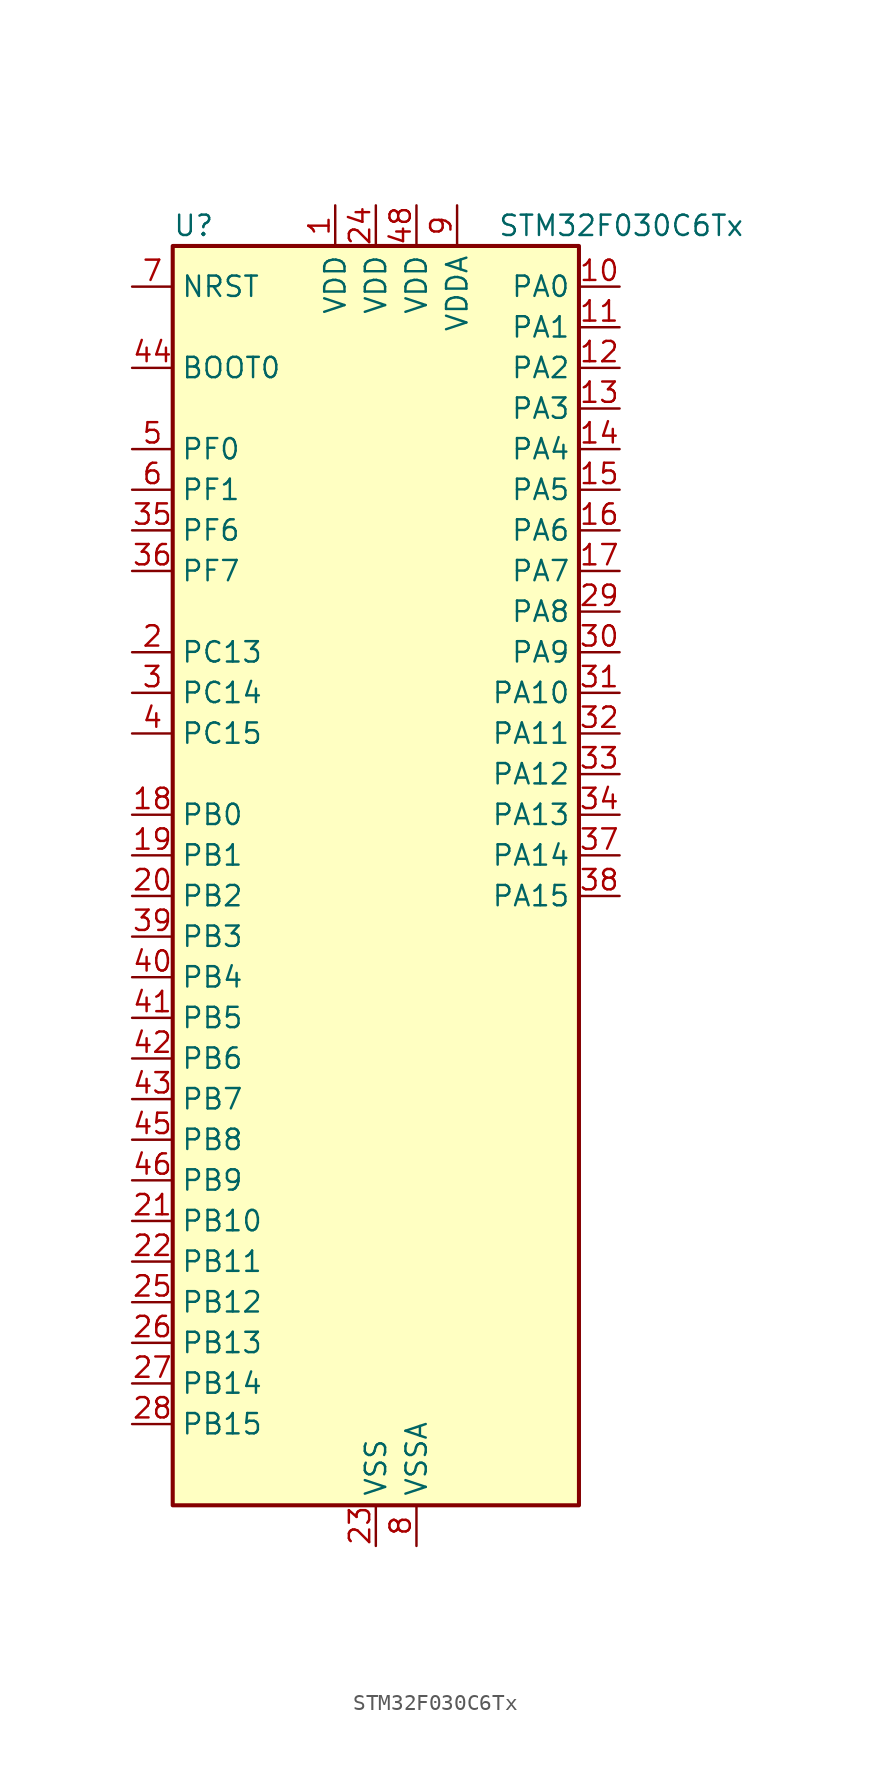
<source format=kicad_sym>
(kicad_symbol_lib
  (version 20231120)
  (generator "kicad_symbol_editor")
  (generator_version "8.0")
  (symbol "STM32F030C6Tx"
    (property "Reference" "U"
      (at -12.7 41.91 0)
      (effects (font (size 1.27 1.27)) (justify left)))
    (property "Value" "STM32F030C6Tx"
      (at 7.62 41.91 0)
      (effects (font (size 1.27 1.27)) (justify left)))
    (property "ki_locked" ""
      (at 0 0 0)
      (effects (font (size 1.27 1.27))))
    (symbol "STM32F030C6Tx_0_1"
      (rectangle (start -12.7 -38.1) (end 12.7 40.64) (stroke (width 0.254) (type default)) (fill (type background))))
    (symbol "STM32F030C6Tx_1_1"
      (pin power_in line (at -2.54 43.18 270) (length 2.54) (name "VDD" (effects (font (size 1.27 1.27)))) (number "1" (effects (font (size 1.27 1.27)))))
      (pin bidirectional line (at 15.24 38.1 180) (length 2.54) (name "PA0" (effects (font (size 1.27 1.27)))) (number "10" (effects (font (size 1.27 1.27)))) (alternate "ADC_IN0" bidirectional line) (alternate "RTC_TAMP2" bidirectional line) (alternate "SYS_WKUP1" bidirectional line) (alternate "USART1_CTS" bidirectional line))
      (pin bidirectional line (at 15.24 35.56 180) (length 2.54) (name "PA1" (effects (font (size 1.27 1.27)))) (number "11" (effects (font (size 1.27 1.27)))) (alternate "ADC_IN1" bidirectional line) (alternate "USART1_DE" bidirectional line) (alternate "USART1_RTS" bidirectional line))
      (pin bidirectional line (at 15.24 33.02 180) (length 2.54) (name "PA2" (effects (font (size 1.27 1.27)))) (number "12" (effects (font (size 1.27 1.27)))) (alternate "ADC_IN2" bidirectional line) (alternate "USART1_TX" bidirectional line))
      (pin bidirectional line (at 15.24 30.48 180) (length 2.54) (name "PA3" (effects (font (size 1.27 1.27)))) (number "13" (effects (font (size 1.27 1.27)))) (alternate "ADC_IN3" bidirectional line) (alternate "USART1_RX" bidirectional line))
      (pin bidirectional line (at 15.24 27.94 180) (length 2.54) (name "PA4" (effects (font (size 1.27 1.27)))) (number "14" (effects (font (size 1.27 1.27)))) (alternate "ADC_IN4" bidirectional line) (alternate "SPI1_NSS" bidirectional line) (alternate "TIM14_CH1" bidirectional line) (alternate "USART1_CK" bidirectional line))
      (pin bidirectional line (at 15.24 25.4 180) (length 2.54) (name "PA5" (effects (font (size 1.27 1.27)))) (number "15" (effects (font (size 1.27 1.27)))) (alternate "ADC_IN5" bidirectional line) (alternate "SPI1_SCK" bidirectional line))
      (pin bidirectional line (at 15.24 22.86 180) (length 2.54) (name "PA6" (effects (font (size 1.27 1.27)))) (number "16" (effects (font (size 1.27 1.27)))) (alternate "ADC_IN6" bidirectional line) (alternate "SPI1_MISO" bidirectional line) (alternate "TIM16_CH1" bidirectional line) (alternate "TIM1_BKIN" bidirectional line) (alternate "TIM3_CH1" bidirectional line))
      (pin bidirectional line (at 15.24 20.32 180) (length 2.54) (name "PA7" (effects (font (size 1.27 1.27)))) (number "17" (effects (font (size 1.27 1.27)))) (alternate "ADC_IN7" bidirectional line) (alternate "SPI1_MOSI" bidirectional line) (alternate "TIM14_CH1" bidirectional line) (alternate "TIM17_CH1" bidirectional line) (alternate "TIM1_CH1N" bidirectional line) (alternate "TIM3_CH2" bidirectional line))
      (pin bidirectional line (at -15.24 5.08 0) (length 2.54) (name "PB0" (effects (font (size 1.27 1.27)))) (number "18" (effects (font (size 1.27 1.27)))) (alternate "ADC_IN8" bidirectional line) (alternate "TIM1_CH2N" bidirectional line) (alternate "TIM3_CH3" bidirectional line))
      (pin bidirectional line (at -15.24 2.54 0) (length 2.54) (name "PB1" (effects (font (size 1.27 1.27)))) (number "19" (effects (font (size 1.27 1.27)))) (alternate "ADC_IN9" bidirectional line) (alternate "TIM14_CH1" bidirectional line) (alternate "TIM1_CH3N" bidirectional line) (alternate "TIM3_CH4" bidirectional line))
      (pin bidirectional line (at -15.24 15.24 0) (length 2.54) (name "PC13" (effects (font (size 1.27 1.27)))) (number "2" (effects (font (size 1.27 1.27)))) (alternate "RTC_OUT_ALARM" bidirectional line) (alternate "RTC_OUT_CALIB" bidirectional line) (alternate "RTC_TAMP1" bidirectional line) (alternate "RTC_TS" bidirectional line) (alternate "SYS_WKUP2" bidirectional line))
      (pin bidirectional line (at -15.24 0 0) (length 2.54) (name "PB2" (effects (font (size 1.27 1.27)))) (number "20" (effects (font (size 1.27 1.27)))))
      (pin bidirectional line (at -15.24 -20.32 0) (length 2.54) (name "PB10" (effects (font (size 1.27 1.27)))) (number "21" (effects (font (size 1.27 1.27)))) (alternate "I2C1_SCL" bidirectional line))
      (pin bidirectional line (at -15.24 -22.86 0) (length 2.54) (name "PB11" (effects (font (size 1.27 1.27)))) (number "22" (effects (font (size 1.27 1.27)))) (alternate "I2C1_SDA" bidirectional line))
      (pin power_in line (at 0 -40.64 90) (length 2.54) (name "VSS" (effects (font (size 1.27 1.27)))) (number "23" (effects (font (size 1.27 1.27)))))
      (pin power_in line (at 0 43.18 270) (length 2.54) (name "VDD" (effects (font (size 1.27 1.27)))) (number "24" (effects (font (size 1.27 1.27)))))
      (pin bidirectional line (at -15.24 -25.4 0) (length 2.54) (name "PB12" (effects (font (size 1.27 1.27)))) (number "25" (effects (font (size 1.27 1.27)))) (alternate "SPI1_NSS" bidirectional line) (alternate "TIM1_BKIN" bidirectional line))
      (pin bidirectional line (at -15.24 -27.94 0) (length 2.54) (name "PB13" (effects (font (size 1.27 1.27)))) (number "26" (effects (font (size 1.27 1.27)))) (alternate "SPI1_SCK" bidirectional line) (alternate "TIM1_CH1N" bidirectional line))
      (pin bidirectional line (at -15.24 -30.48 0) (length 2.54) (name "PB14" (effects (font (size 1.27 1.27)))) (number "27" (effects (font (size 1.27 1.27)))) (alternate "SPI1_MISO" bidirectional line) (alternate "TIM1_CH2N" bidirectional line))
      (pin bidirectional line (at -15.24 -33.02 0) (length 2.54) (name "PB15" (effects (font (size 1.27 1.27)))) (number "28" (effects (font (size 1.27 1.27)))) (alternate "RTC_REFIN" bidirectional line) (alternate "SPI1_MOSI" bidirectional line) (alternate "TIM1_CH3N" bidirectional line))
      (pin bidirectional line (at 15.24 17.78 180) (length 2.54) (name "PA8" (effects (font (size 1.27 1.27)))) (number "29" (effects (font (size 1.27 1.27)))) (alternate "RCC_MCO" bidirectional line) (alternate "TIM1_CH1" bidirectional line) (alternate "USART1_CK" bidirectional line))
      (pin bidirectional line (at -15.24 12.7 0) (length 2.54) (name "PC14" (effects (font (size 1.27 1.27)))) (number "3" (effects (font (size 1.27 1.27)))) (alternate "RCC_OSC32_IN" bidirectional line))
      (pin bidirectional line (at 15.24 15.24 180) (length 2.54) (name "PA9" (effects (font (size 1.27 1.27)))) (number "30" (effects (font (size 1.27 1.27)))) (alternate "I2C1_SCL" bidirectional line) (alternate "TIM1_CH2" bidirectional line) (alternate "USART1_TX" bidirectional line))
      (pin bidirectional line (at 15.24 12.7 180) (length 2.54) (name "PA10" (effects (font (size 1.27 1.27)))) (number "31" (effects (font (size 1.27 1.27)))) (alternate "I2C1_SDA" bidirectional line) (alternate "TIM17_BKIN" bidirectional line) (alternate "TIM1_CH3" bidirectional line) (alternate "USART1_RX" bidirectional line))
      (pin bidirectional line (at 15.24 10.16 180) (length 2.54) (name "PA11" (effects (font (size 1.27 1.27)))) (number "32" (effects (font (size 1.27 1.27)))) (alternate "TIM1_CH4" bidirectional line) (alternate "USART1_CTS" bidirectional line))
      (pin bidirectional line (at 15.24 7.62 180) (length 2.54) (name "PA12" (effects (font (size 1.27 1.27)))) (number "33" (effects (font (size 1.27 1.27)))) (alternate "TIM1_ETR" bidirectional line) (alternate "USART1_DE" bidirectional line) (alternate "USART1_RTS" bidirectional line))
      (pin bidirectional line (at 15.24 5.08 180) (length 2.54) (name "PA13" (effects (font (size 1.27 1.27)))) (number "34" (effects (font (size 1.27 1.27)))) (alternate "IR_OUT" bidirectional line) (alternate "SYS_SWDIO" bidirectional line))
      (pin bidirectional line (at -15.24 22.86 0) (length 2.54) (name "PF6" (effects (font (size 1.27 1.27)))) (number "35" (effects (font (size 1.27 1.27)))) (alternate "I2C1_SCL" bidirectional line))
      (pin bidirectional line (at -15.24 20.32 0) (length 2.54) (name "PF7" (effects (font (size 1.27 1.27)))) (number "36" (effects (font (size 1.27 1.27)))) (alternate "I2C1_SDA" bidirectional line))
      (pin bidirectional line (at 15.24 2.54 180) (length 2.54) (name "PA14" (effects (font (size 1.27 1.27)))) (number "37" (effects (font (size 1.27 1.27)))) (alternate "SYS_SWCLK" bidirectional line) (alternate "USART1_TX" bidirectional line))
      (pin bidirectional line (at 15.24 0 180) (length 2.54) (name "PA15" (effects (font (size 1.27 1.27)))) (number "38" (effects (font (size 1.27 1.27)))) (alternate "SPI1_NSS" bidirectional line) (alternate "USART1_RX" bidirectional line))
      (pin bidirectional line (at -15.24 -2.54 0) (length 2.54) (name "PB3" (effects (font (size 1.27 1.27)))) (number "39" (effects (font (size 1.27 1.27)))) (alternate "SPI1_SCK" bidirectional line))
      (pin bidirectional line (at -15.24 10.16 0) (length 2.54) (name "PC15" (effects (font (size 1.27 1.27)))) (number "4" (effects (font (size 1.27 1.27)))) (alternate "RCC_OSC32_OUT" bidirectional line))
      (pin bidirectional line (at -15.24 -5.08 0) (length 2.54) (name "PB4" (effects (font (size 1.27 1.27)))) (number "40" (effects (font (size 1.27 1.27)))) (alternate "SPI1_MISO" bidirectional line) (alternate "TIM3_CH1" bidirectional line))
      (pin bidirectional line (at -15.24 -7.62 0) (length 2.54) (name "PB5" (effects (font (size 1.27 1.27)))) (number "41" (effects (font (size 1.27 1.27)))) (alternate "I2C1_SMBA" bidirectional line) (alternate "SPI1_MOSI" bidirectional line) (alternate "TIM16_BKIN" bidirectional line) (alternate "TIM3_CH2" bidirectional line))
      (pin bidirectional line (at -15.24 -10.16 0) (length 2.54) (name "PB6" (effects (font (size 1.27 1.27)))) (number "42" (effects (font (size 1.27 1.27)))) (alternate "I2C1_SCL" bidirectional line) (alternate "TIM16_CH1N" bidirectional line) (alternate "USART1_TX" bidirectional line))
      (pin bidirectional line (at -15.24 -12.7 0) (length 2.54) (name "PB7" (effects (font (size 1.27 1.27)))) (number "43" (effects (font (size 1.27 1.27)))) (alternate "I2C1_SDA" bidirectional line) (alternate "TIM17_CH1N" bidirectional line) (alternate "USART1_RX" bidirectional line))
      (pin input line (at -15.24 33.02 0) (length 2.54) (name "BOOT0" (effects (font (size 1.27 1.27)))) (number "44" (effects (font (size 1.27 1.27)))))
      (pin bidirectional line (at -15.24 -15.24 0) (length 2.54) (name "PB8" (effects (font (size 1.27 1.27)))) (number "45" (effects (font (size 1.27 1.27)))) (alternate "I2C1_SCL" bidirectional line) (alternate "TIM16_CH1" bidirectional line))
      (pin bidirectional line (at -15.24 -17.78 0) (length 2.54) (name "PB9" (effects (font (size 1.27 1.27)))) (number "46" (effects (font (size 1.27 1.27)))) (alternate "I2C1_SDA" bidirectional line) (alternate "IR_OUT" bidirectional line) (alternate "TIM17_CH1" bidirectional line))
      (pin passive line (at 0 -40.64 90) (length 2.54) hide (name "VSS" (effects (font (size 1.27 1.27)))) (number "47" (effects (font (size 1.27 1.27)))))
      (pin power_in line (at 2.54 43.18 270) (length 2.54) (name "VDD" (effects (font (size 1.27 1.27)))) (number "48" (effects (font (size 1.27 1.27)))))
      (pin bidirectional line (at -15.24 27.94 0) (length 2.54) (name "PF0" (effects (font (size 1.27 1.27)))) (number "5" (effects (font (size 1.27 1.27)))) (alternate "RCC_OSC_IN" bidirectional line))
      (pin bidirectional line (at -15.24 25.4 0) (length 2.54) (name "PF1" (effects (font (size 1.27 1.27)))) (number "6" (effects (font (size 1.27 1.27)))) (alternate "RCC_OSC_OUT" bidirectional line))
      (pin input line (at -15.24 38.1 0) (length 2.54) (name "NRST" (effects (font (size 1.27 1.27)))) (number "7" (effects (font (size 1.27 1.27)))))
      (pin power_in line (at 2.54 -40.64 90) (length 2.54) (name "VSSA" (effects (font (size 1.27 1.27)))) (number "8" (effects (font (size 1.27 1.27)))))
      (pin power_in line (at 5.08 43.18 270) (length 2.54) (name "VDDA" (effects (font (size 1.27 1.27)))) (number "9" (effects (font (size 1.27 1.27))))))))
</source>
